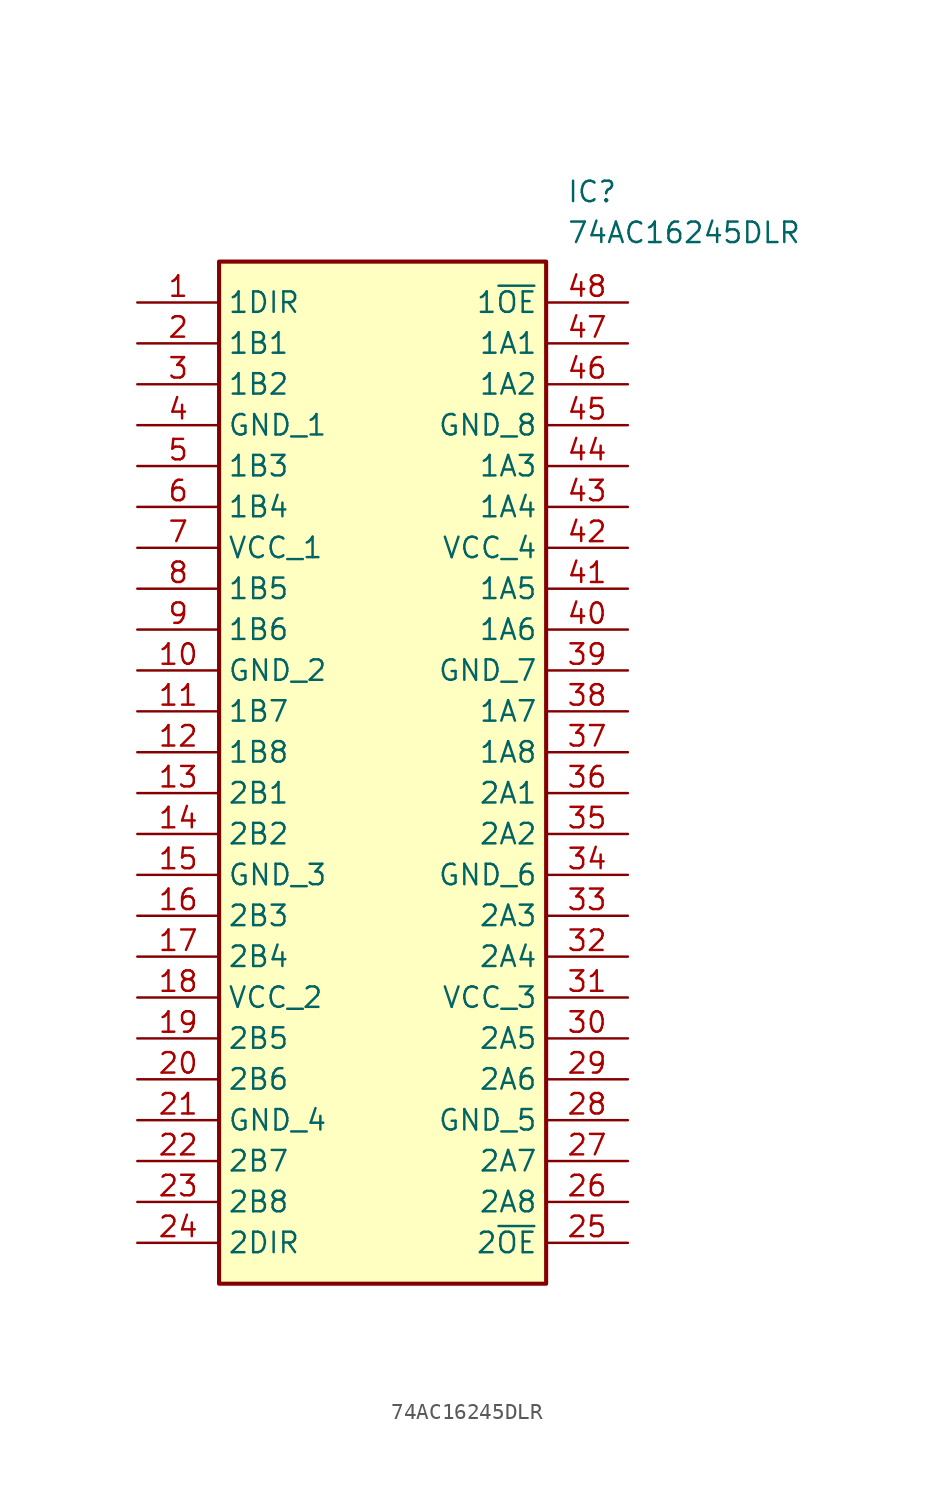
<source format=kicad_sym>
(kicad_symbol_lib
  (version 20211014)
  (generator SamacSys_ECAD_Model)
  (symbol "74AC16245DLR"
    (property "Reference" "IC"
      (at 26.67 7.62 0)
      (effects (font (size 1.27 1.27)) (justify left top)))
    (property "Value" "74AC16245DLR"
      (at 26.67 5.08 0)
      (effects (font (size 1.27 1.27)) (justify left top)))
    (rectangle
      (start 5.08 2.54)
      (end 25.4 -60.96)
      (stroke (width 0.254) (type default))
      (fill (type background)))
    (pin passive line
      (at 0 0 0)
      (length 5.08)
      (name "1DIR" (effects (font (size 1.27 1.27))))
      (number "1" (effects (font (size 1.27 1.27)))))
    (pin passive line
      (at 0 -2.54 0)
      (length 5.08)
      (name "1B1" (effects (font (size 1.27 1.27))))
      (number "2" (effects (font (size 1.27 1.27)))))
    (pin passive line
      (at 0 -5.08 0)
      (length 5.08)
      (name "1B2" (effects (font (size 1.27 1.27))))
      (number "3" (effects (font (size 1.27 1.27)))))
    (pin passive line
      (at 0 -7.62 0)
      (length 5.08)
      (name "GND_1" (effects (font (size 1.27 1.27))))
      (number "4" (effects (font (size 1.27 1.27)))))
    (pin passive line
      (at 0 -10.16 0)
      (length 5.08)
      (name "1B3" (effects (font (size 1.27 1.27))))
      (number "5" (effects (font (size 1.27 1.27)))))
    (pin passive line
      (at 0 -12.7 0)
      (length 5.08)
      (name "1B4" (effects (font (size 1.27 1.27))))
      (number "6" (effects (font (size 1.27 1.27)))))
    (pin passive line
      (at 0 -15.24 0)
      (length 5.08)
      (name "VCC_1" (effects (font (size 1.27 1.27))))
      (number "7" (effects (font (size 1.27 1.27)))))
    (pin passive line
      (at 0 -17.78 0)
      (length 5.08)
      (name "1B5" (effects (font (size 1.27 1.27))))
      (number "8" (effects (font (size 1.27 1.27)))))
    (pin passive line
      (at 0 -20.32 0)
      (length 5.08)
      (name "1B6" (effects (font (size 1.27 1.27))))
      (number "9" (effects (font (size 1.27 1.27)))))
    (pin passive line
      (at 0 -22.86 0)
      (length 5.08)
      (name "GND_2" (effects (font (size 1.27 1.27))))
      (number "10" (effects (font (size 1.27 1.27)))))
    (pin passive line
      (at 0 -25.4 0)
      (length 5.08)
      (name "1B7" (effects (font (size 1.27 1.27))))
      (number "11" (effects (font (size 1.27 1.27)))))
    (pin passive line
      (at 0 -27.94 0)
      (length 5.08)
      (name "1B8" (effects (font (size 1.27 1.27))))
      (number "12" (effects (font (size 1.27 1.27)))))
    (pin passive line
      (at 0 -30.48 0)
      (length 5.08)
      (name "2B1" (effects (font (size 1.27 1.27))))
      (number "13" (effects (font (size 1.27 1.27)))))
    (pin passive line
      (at 0 -33.02 0)
      (length 5.08)
      (name "2B2" (effects (font (size 1.27 1.27))))
      (number "14" (effects (font (size 1.27 1.27)))))
    (pin passive line
      (at 0 -35.56 0)
      (length 5.08)
      (name "GND_3" (effects (font (size 1.27 1.27))))
      (number "15" (effects (font (size 1.27 1.27)))))
    (pin passive line
      (at 0 -38.1 0)
      (length 5.08)
      (name "2B3" (effects (font (size 1.27 1.27))))
      (number "16" (effects (font (size 1.27 1.27)))))
    (pin passive line
      (at 0 -40.64 0)
      (length 5.08)
      (name "2B4" (effects (font (size 1.27 1.27))))
      (number "17" (effects (font (size 1.27 1.27)))))
    (pin passive line
      (at 0 -43.18 0)
      (length 5.08)
      (name "VCC_2" (effects (font (size 1.27 1.27))))
      (number "18" (effects (font (size 1.27 1.27)))))
    (pin passive line
      (at 0 -45.72 0)
      (length 5.08)
      (name "2B5" (effects (font (size 1.27 1.27))))
      (number "19" (effects (font (size 1.27 1.27)))))
    (pin passive line
      (at 0 -48.26 0)
      (length 5.08)
      (name "2B6" (effects (font (size 1.27 1.27))))
      (number "20" (effects (font (size 1.27 1.27)))))
    (pin passive line
      (at 0 -50.8 0)
      (length 5.08)
      (name "GND_4" (effects (font (size 1.27 1.27))))
      (number "21" (effects (font (size 1.27 1.27)))))
    (pin passive line
      (at 0 -53.34 0)
      (length 5.08)
      (name "2B7" (effects (font (size 1.27 1.27))))
      (number "22" (effects (font (size 1.27 1.27)))))
    (pin passive line
      (at 0 -55.88 0)
      (length 5.08)
      (name "2B8" (effects (font (size 1.27 1.27))))
      (number "23" (effects (font (size 1.27 1.27)))))
    (pin passive line
      (at 0 -58.42 0)
      (length 5.08)
      (name "2DIR" (effects (font (size 1.27 1.27))))
      (number "24" (effects (font (size 1.27 1.27)))))
    (pin passive line
      (at 30.48 0 180)
      (length 5.08)
      (name "1~{OE}" (effects (font (size 1.27 1.27))))
      (number "48" (effects (font (size 1.27 1.27)))))
    (pin passive line
      (at 30.48 -2.54 180)
      (length 5.08)
      (name "1A1" (effects (font (size 1.27 1.27))))
      (number "47" (effects (font (size 1.27 1.27)))))
    (pin passive line
      (at 30.48 -5.08 180)
      (length 5.08)
      (name "1A2" (effects (font (size 1.27 1.27))))
      (number "46" (effects (font (size 1.27 1.27)))))
    (pin passive line
      (at 30.48 -7.62 180)
      (length 5.08)
      (name "GND_8" (effects (font (size 1.27 1.27))))
      (number "45" (effects (font (size 1.27 1.27)))))
    (pin passive line
      (at 30.48 -10.16 180)
      (length 5.08)
      (name "1A3" (effects (font (size 1.27 1.27))))
      (number "44" (effects (font (size 1.27 1.27)))))
    (pin passive line
      (at 30.48 -12.7 180)
      (length 5.08)
      (name "1A4" (effects (font (size 1.27 1.27))))
      (number "43" (effects (font (size 1.27 1.27)))))
    (pin passive line
      (at 30.48 -15.24 180)
      (length 5.08)
      (name "VCC_4" (effects (font (size 1.27 1.27))))
      (number "42" (effects (font (size 1.27 1.27)))))
    (pin passive line
      (at 30.48 -17.78 180)
      (length 5.08)
      (name "1A5" (effects (font (size 1.27 1.27))))
      (number "41" (effects (font (size 1.27 1.27)))))
    (pin passive line
      (at 30.48 -20.32 180)
      (length 5.08)
      (name "1A6" (effects (font (size 1.27 1.27))))
      (number "40" (effects (font (size 1.27 1.27)))))
    (pin passive line
      (at 30.48 -22.86 180)
      (length 5.08)
      (name "GND_7" (effects (font (size 1.27 1.27))))
      (number "39" (effects (font (size 1.27 1.27)))))
    (pin passive line
      (at 30.48 -25.4 180)
      (length 5.08)
      (name "1A7" (effects (font (size 1.27 1.27))))
      (number "38" (effects (font (size 1.27 1.27)))))
    (pin passive line
      (at 30.48 -27.94 180)
      (length 5.08)
      (name "1A8" (effects (font (size 1.27 1.27))))
      (number "37" (effects (font (size 1.27 1.27)))))
    (pin passive line
      (at 30.48 -30.48 180)
      (length 5.08)
      (name "2A1" (effects (font (size 1.27 1.27))))
      (number "36" (effects (font (size 1.27 1.27)))))
    (pin passive line
      (at 30.48 -33.02 180)
      (length 5.08)
      (name "2A2" (effects (font (size 1.27 1.27))))
      (number "35" (effects (font (size 1.27 1.27)))))
    (pin passive line
      (at 30.48 -35.56 180)
      (length 5.08)
      (name "GND_6" (effects (font (size 1.27 1.27))))
      (number "34" (effects (font (size 1.27 1.27)))))
    (pin passive line
      (at 30.48 -38.1 180)
      (length 5.08)
      (name "2A3" (effects (font (size 1.27 1.27))))
      (number "33" (effects (font (size 1.27 1.27)))))
    (pin passive line
      (at 30.48 -40.64 180)
      (length 5.08)
      (name "2A4" (effects (font (size 1.27 1.27))))
      (number "32" (effects (font (size 1.27 1.27)))))
    (pin passive line
      (at 30.48 -43.18 180)
      (length 5.08)
      (name "VCC_3" (effects (font (size 1.27 1.27))))
      (number "31" (effects (font (size 1.27 1.27)))))
    (pin passive line
      (at 30.48 -45.72 180)
      (length 5.08)
      (name "2A5" (effects (font (size 1.27 1.27))))
      (number "30" (effects (font (size 1.27 1.27)))))
    (pin passive line
      (at 30.48 -48.26 180)
      (length 5.08)
      (name "2A6" (effects (font (size 1.27 1.27))))
      (number "29" (effects (font (size 1.27 1.27)))))
    (pin passive line
      (at 30.48 -50.8 180)
      (length 5.08)
      (name "GND_5" (effects (font (size 1.27 1.27))))
      (number "28" (effects (font (size 1.27 1.27)))))
    (pin passive line
      (at 30.48 -53.34 180)
      (length 5.08)
      (name "2A7" (effects (font (size 1.27 1.27))))
      (number "27" (effects (font (size 1.27 1.27)))))
    (pin passive line
      (at 30.48 -55.88 180)
      (length 5.08)
      (name "2A8" (effects (font (size 1.27 1.27))))
      (number "26" (effects (font (size 1.27 1.27)))))
    (pin passive line
      (at 30.48 -58.42 180)
      (length 5.08)
      (name "2~{OE}" (effects (font (size 1.27 1.27))))
      (number "25" (effects (font (size 1.27 1.27)))))))
</source>
